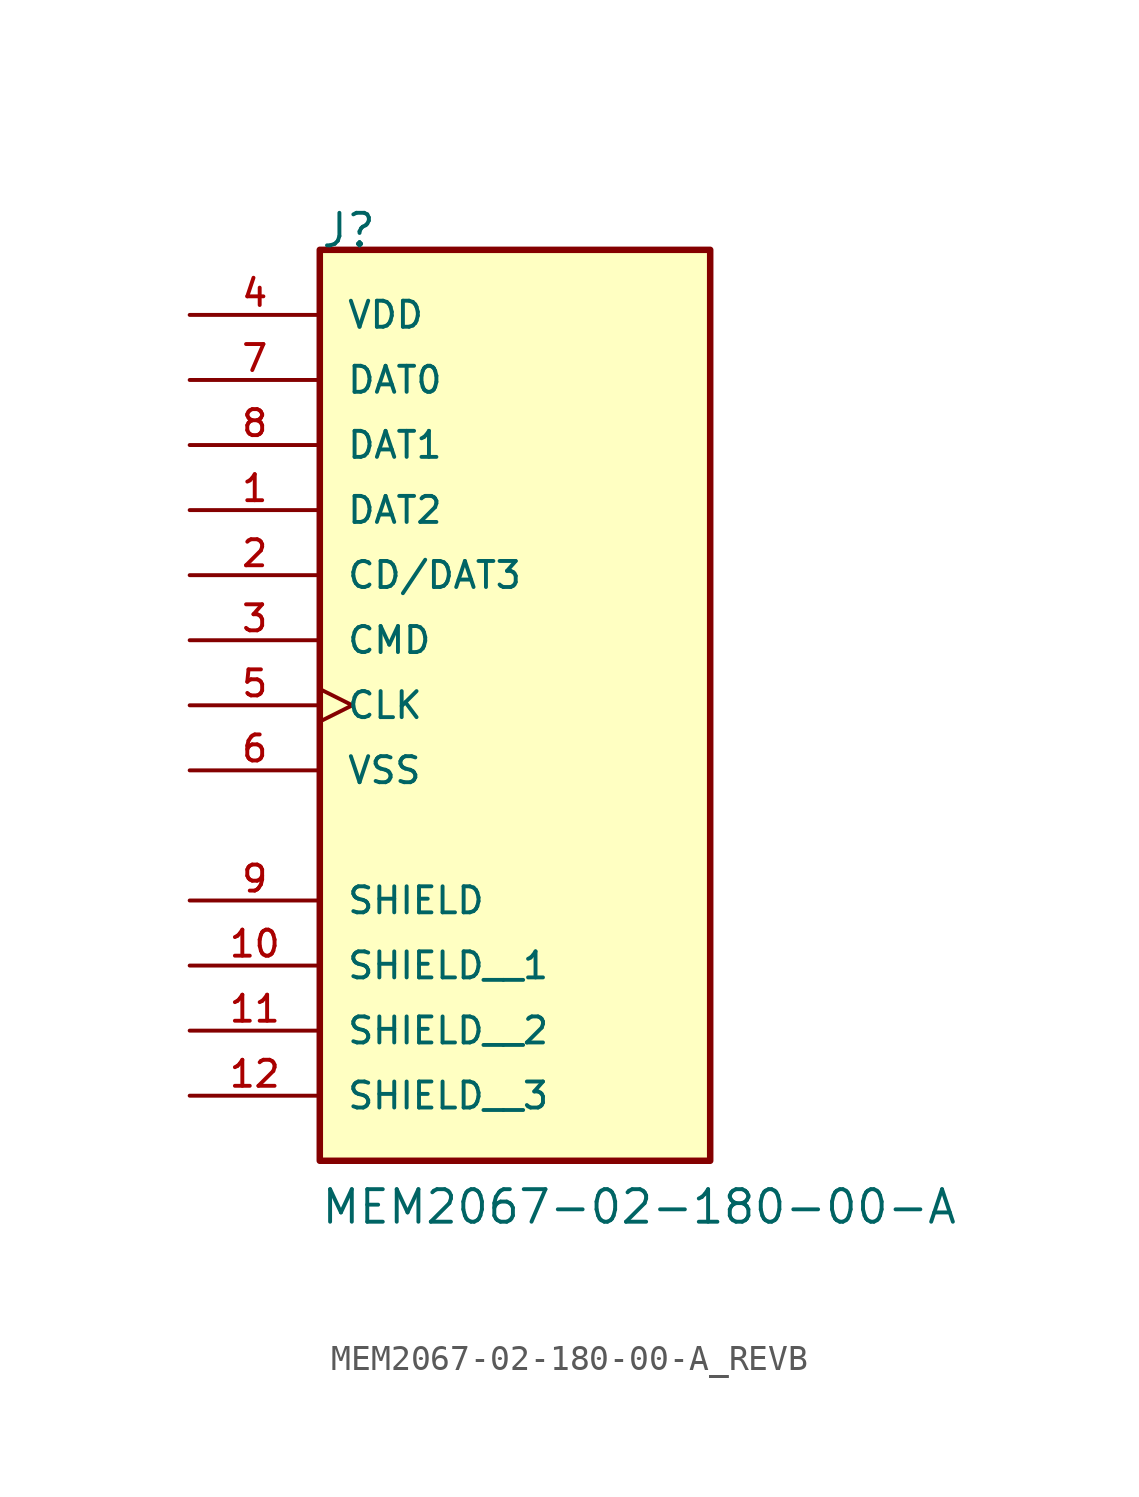
<source format=kicad_sym>
(kicad_symbol_lib
  (version 20231120)
  (generator "kicad_symbol_editor")
  (generator_version "8.0")
  (symbol "MEM2067-02-180-00-A_REVB"
    (pin_names
      (offset 1.016))
    (property "Reference" "J"
      (at 0 12.712 0)
      (effects (font (size 1.27 1.27)) (justify left bottom)))
    (property "Value" "MEM2067-02-180-00-A"
      (at 0 -25.403 0)
      (effects (font (size 1.27 1.27)) (justify left bottom)))
    (symbol "MEM2067-02-180-00-A_REVB_0_0"
      (rectangle (start 0 -22.86) (end 15.24 12.7) (stroke (width 0.254) (type default)) (fill (type background)))
      (pin bidirectional line (at -5.08 2.54 0) (length 5.08) (name "DAT2" (effects (font (size 1.016 1.016)))) (number "1" (effects (font (size 1.016 1.016)))))
      (pin passive line (at -5.08 -15.24 0) (length 5.08) (name "SHIELD__1" (effects (font (size 1.016 1.016)))) (number "10" (effects (font (size 1.016 1.016)))))
      (pin passive line (at -5.08 -17.78 0) (length 5.08) (name "SHIELD__2" (effects (font (size 1.016 1.016)))) (number "11" (effects (font (size 1.016 1.016)))))
      (pin passive line (at -5.08 -20.32 0) (length 5.08) (name "SHIELD__3" (effects (font (size 1.016 1.016)))) (number "12" (effects (font (size 1.016 1.016)))))
      (pin bidirectional line (at -5.08 0 0) (length 5.08) (name "CD/DAT3" (effects (font (size 1.016 1.016)))) (number "2" (effects (font (size 1.016 1.016)))))
      (pin bidirectional line (at -5.08 -2.54 0) (length 5.08) (name "CMD" (effects (font (size 1.016 1.016)))) (number "3" (effects (font (size 1.016 1.016)))))
      (pin power_in line (at -5.08 10.16 0) (length 5.08) (name "VDD" (effects (font (size 1.016 1.016)))) (number "4" (effects (font (size 1.016 1.016)))))
      (pin bidirectional clock (at -5.08 -5.08 0) (length 5.08) (name "CLK" (effects (font (size 1.016 1.016)))) (number "5" (effects (font (size 1.016 1.016)))))
      (pin power_in line (at -5.08 -7.62 0) (length 5.08) (name "VSS" (effects (font (size 1.016 1.016)))) (number "6" (effects (font (size 1.016 1.016)))))
      (pin bidirectional line (at -5.08 7.62 0) (length 5.08) (name "DAT0" (effects (font (size 1.016 1.016)))) (number "7" (effects (font (size 1.016 1.016)))))
      (pin bidirectional line (at -5.08 5.08 0) (length 5.08) (name "DAT1" (effects (font (size 1.016 1.016)))) (number "8" (effects (font (size 1.016 1.016)))))
      (pin passive line (at -5.08 -12.7 0) (length 5.08) (name "SHIELD" (effects (font (size 1.016 1.016)))) (number "9" (effects (font (size 1.016 1.016))))))))
</source>
